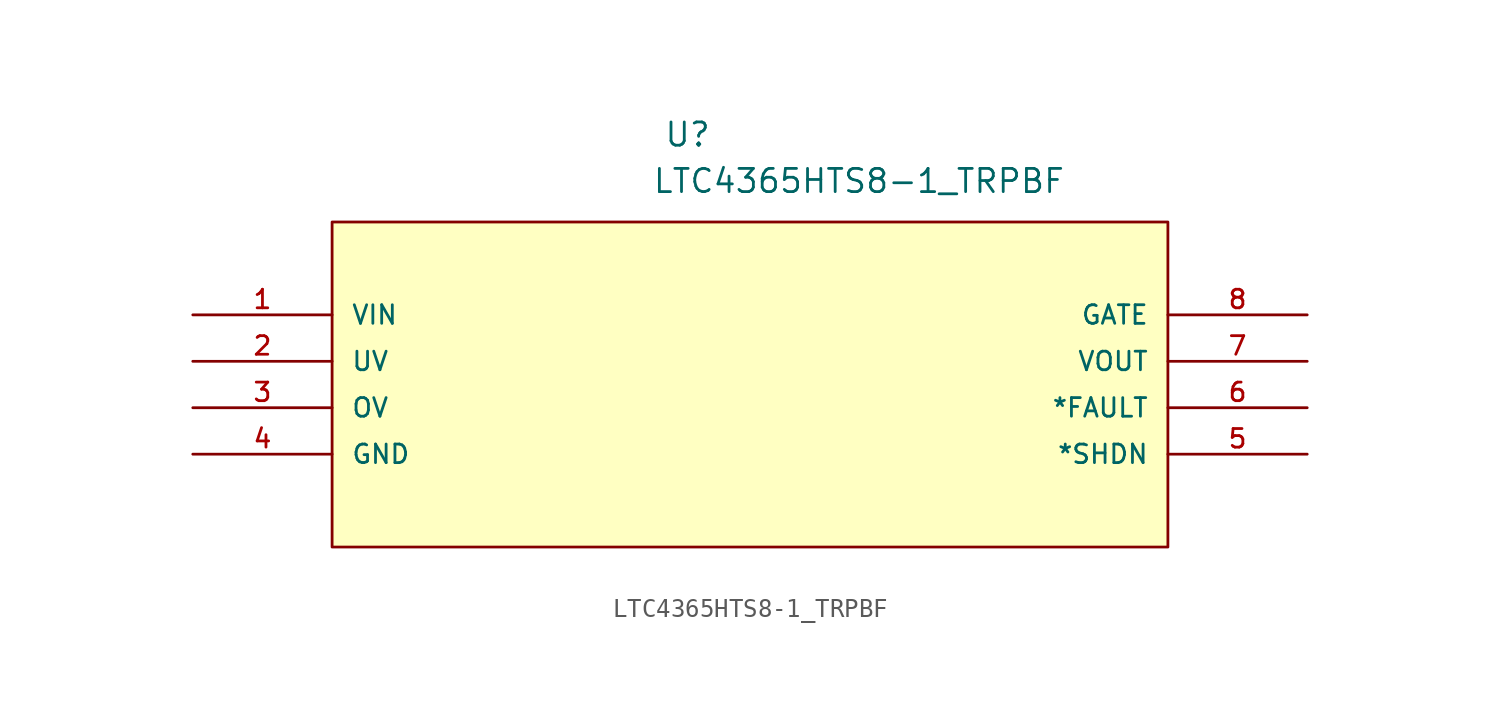
<source format=kicad_sym>
(kicad_symbol_lib
  (version 20211014)
  (generator kicad_symbol_editor)
  (symbol "LTC4365HTS8-1_TRPBF"
    (pin_names
      (offset 1.016))
    (property "Reference" "U"
      (at 25.756 9.119 0.0)
      (effects (font (size 1.27 1.27)) (justify bottom left)))
    (property "Value" "LTC4365HTS8-1_TRPBF"
      (at 25.121 6.579 0.0)
      (effects (font (size 1.27 1.27)) (justify bottom left)))
    (symbol "LTC4365HTS8-1_TRPBF_0_0"
      (rectangle (start 7.62 -12.7) (end 53.34 5.08) (stroke (width 0.152)) (fill (type background)))
      (pin input line (at 0.0 0.0 0) (length 7.62) (name "VIN" (effects (font (size 1.016 1.016)))) (number "1" (effects (font (size 1.016 1.016)))))
      (pin input line (at 0.0 -2.54 0) (length 7.62) (name "UV" (effects (font (size 1.016 1.016)))) (number "2" (effects (font (size 1.016 1.016)))))
      (pin input line (at 0.0 -5.08 0) (length 7.62) (name "OV" (effects (font (size 1.016 1.016)))) (number "3" (effects (font (size 1.016 1.016)))))
      (pin power_in line (at 0.0 -7.62 0) (length 7.62) (name "GND" (effects (font (size 1.016 1.016)))) (number "4" (effects (font (size 1.016 1.016)))))
      (pin input line (at 60.96 -7.62 180.0) (length 7.62) (name "*SHDN" (effects (font (size 1.016 1.016)))) (number "5" (effects (font (size 1.016 1.016)))))
      (pin output line (at 60.96 -5.08 180.0) (length 7.62) (name "*FAULT" (effects (font (size 1.016 1.016)))) (number "6" (effects (font (size 1.016 1.016)))))
      (pin output line (at 60.96 -2.54 180.0) (length 7.62) (name "VOUT" (effects (font (size 1.016 1.016)))) (number "7" (effects (font (size 1.016 1.016)))))
      (pin output line (at 60.96 0.0 180.0) (length 7.62) (name "GATE" (effects (font (size 1.016 1.016)))) (number "8" (effects (font (size 1.016 1.016))))))))
</source>
